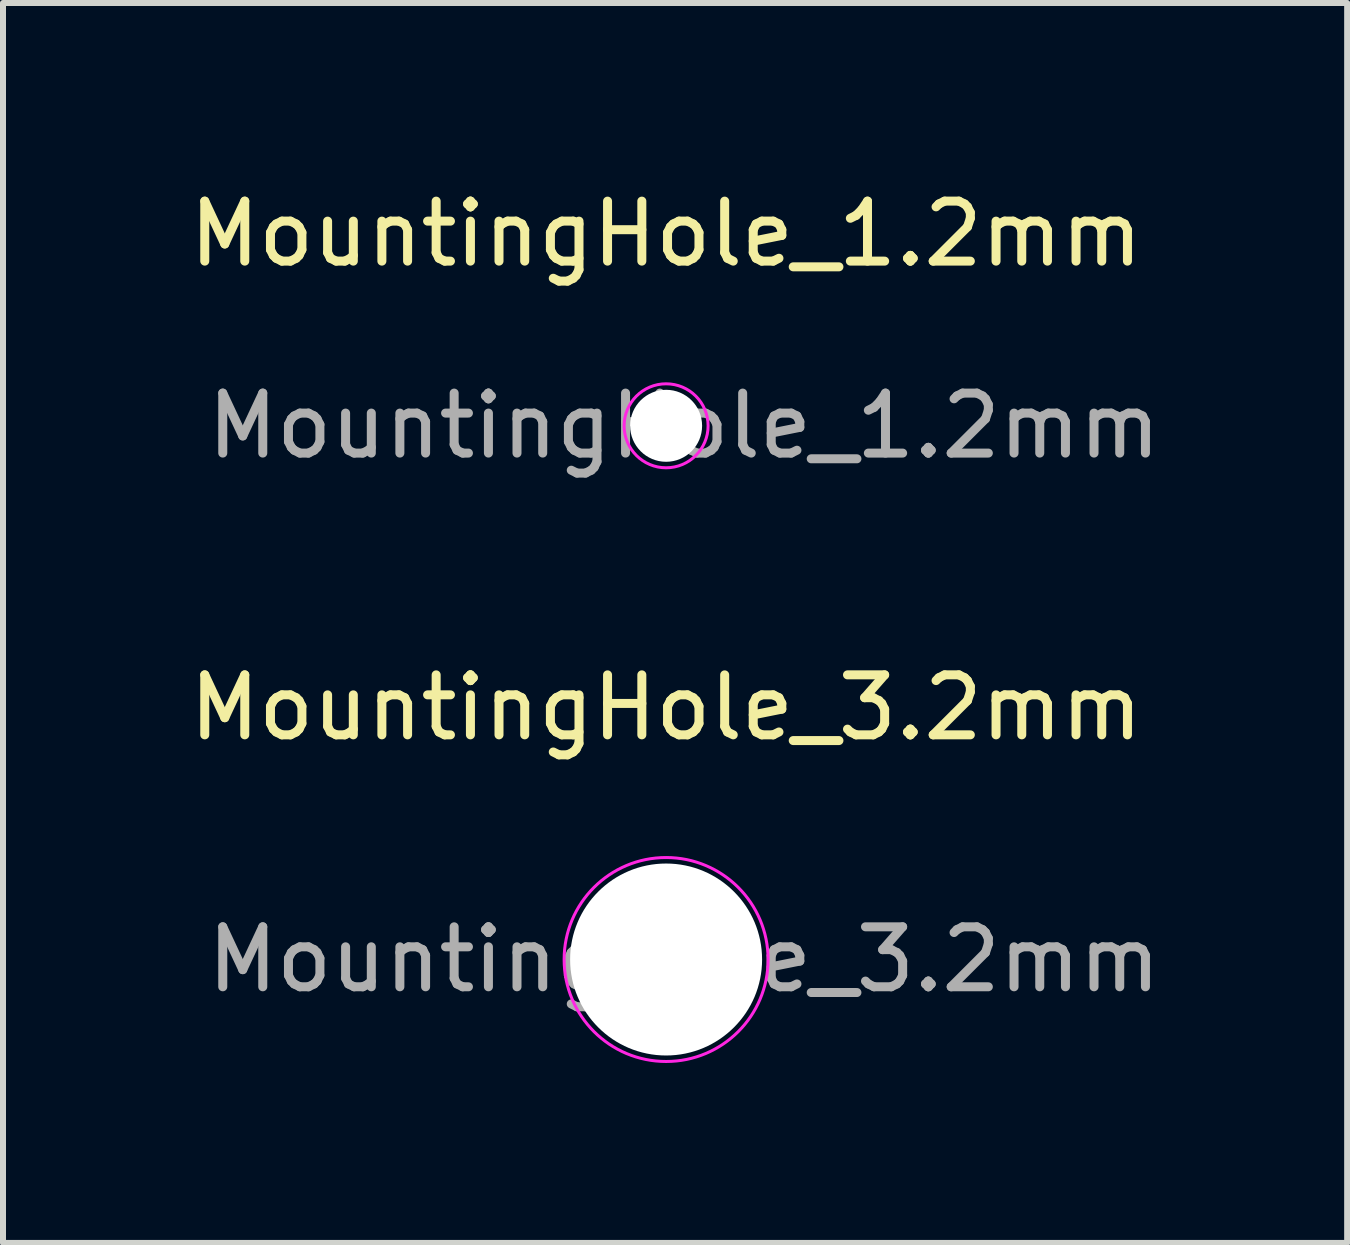
<source format=kicad_pcb>
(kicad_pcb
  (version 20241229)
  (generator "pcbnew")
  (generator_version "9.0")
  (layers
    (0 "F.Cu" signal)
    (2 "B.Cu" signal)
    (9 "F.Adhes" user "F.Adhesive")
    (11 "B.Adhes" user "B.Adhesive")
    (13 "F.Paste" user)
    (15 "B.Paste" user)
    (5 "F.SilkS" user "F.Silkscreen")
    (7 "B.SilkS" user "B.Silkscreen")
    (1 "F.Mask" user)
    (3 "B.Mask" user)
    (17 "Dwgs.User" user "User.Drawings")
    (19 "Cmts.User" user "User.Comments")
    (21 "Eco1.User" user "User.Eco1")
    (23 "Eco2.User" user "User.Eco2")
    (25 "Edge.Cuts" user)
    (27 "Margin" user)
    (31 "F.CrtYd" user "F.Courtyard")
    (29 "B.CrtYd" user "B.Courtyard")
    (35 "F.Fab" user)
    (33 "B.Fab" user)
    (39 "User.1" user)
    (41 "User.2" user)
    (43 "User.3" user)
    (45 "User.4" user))
  (footprint "MountingHole_3.2mm"
    (layer "F.Cu")
    (at 8.054 12.945)
    (property "Reference" "MountingHole_3.2mm" (at 0 -4.2 0) (layer "F.SilkS") (effects (font (size 1 1) (thickness 0.15))))
    (attr exclude_from_pos_files exclude_from_bom)
    (fp_circle (center 0 0) (end 1.7 0) (stroke (width 0.05) (type solid)) (fill no) (layer "F.CrtYd"))
    (fp_text user "${REFERENCE}" (at 0.3 0 0) (layer "F.Fab") (effects (font (size 1 1) (thickness 0.15))))
    (pad "" np_thru_hole circle (at 0 0) (size 3.2 3.2) (drill 3.2) (layers "*.Cu" "*.Mask")))
  (footprint "MountingHole_1.2mm"
    (layer "F.Cu")
    (at 8.054 4.048)
    (property "Reference" "MountingHole_1.2mm" (at 0 -3.2 0) (layer "F.SilkS") (effects (font (size 1 1) (thickness 0.15))))
    (attr exclude_from_pos_files exclude_from_bom)
    (fp_circle (center 0 0) (end 0.7 0) (stroke (width 0.05) (type solid)) (fill no) (layer "F.CrtYd"))
    (fp_text user "${REFERENCE}" (at 0.3 0 0) (layer "F.Fab") (effects (font (size 1 1) (thickness 0.15))))
    (pad "" np_thru_hole circle (at 0 0) (size 1.2 1.2) (drill 1.2) (layers "*.Cu" "*.Mask")))
  (gr_rect
    (start -3 -3)
    (end 19.407 17.67)
    (stroke (width 0.1) (type default))
    (fill no)
    (layer "Edge.Cuts")))
</source>
